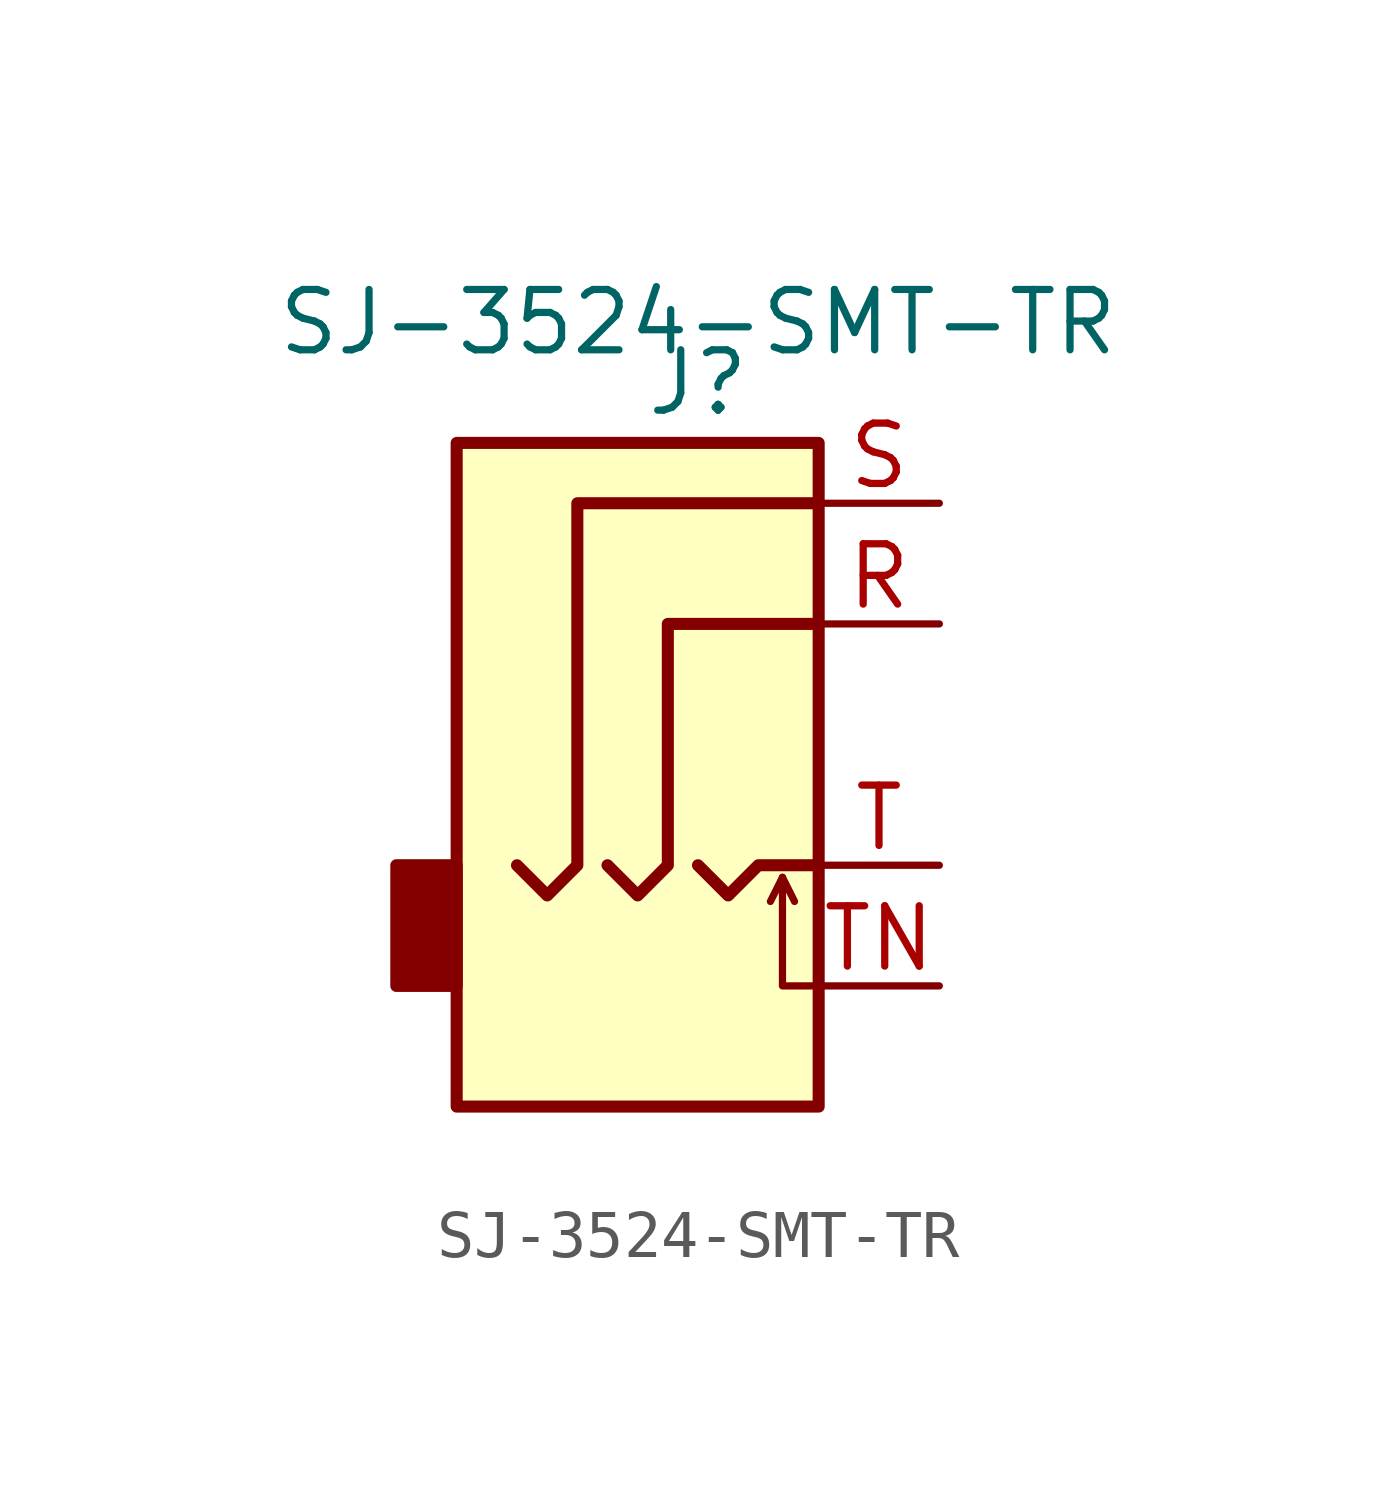
<source format=kicad_sym>
(kicad_symbol_lib
  (version 20211014)
  (generator kicad_symbol_editor)
  (symbol "SJ-3524-SMT-TR"
    (pin_names
      (offset 1.016))
    (property "Reference" "J"
      (at 0 7.62 0)
      (effects (font (size 1.27 1.27))))
    (property "Value" "SJ-3524-SMT-TR"
      (at 0 8.89 0)
      (effects (font (size 1.27 1.27))))
    (symbol "SJ-3524-SMT-TR_1_1"
      (rectangle (start -5.08 -2.54) (end -6.35 -5.08) (stroke (width 0.254) (type default) (color 0 0 0 0)) (fill (type outline)))
      (polyline (pts (xy 1.778 -2.794) (xy 2.032 -3.302)) (stroke (width 0) (type default) (color 0 0 0 0)) (fill (type none)))
      (polyline (pts (xy 0 -2.54) (xy 0.635 -3.175) (xy 1.27 -2.54) (xy 2.54 -2.54)) (stroke (width 0.254) (type default) (color 0 0 0 0)) (fill (type none)))
      (polyline (pts (xy 2.54 -5.08) (xy 1.778 -5.08) (xy 1.778 -2.794) (xy 1.524 -3.302)) (stroke (width 0) (type default) (color 0 0 0 0)) (fill (type none)))
      (polyline (pts (xy -1.905 -2.54) (xy -1.27 -3.175) (xy -0.635 -2.54) (xy -0.635 2.54) (xy 2.54 2.54)) (stroke (width 0.254) (type default) (color 0 0 0 0)) (fill (type none)))
      (polyline (pts (xy 2.54 5.08) (xy -2.54 5.08) (xy -2.54 -2.54) (xy -3.175 -3.175) (xy -3.81 -2.54)) (stroke (width 0.254) (type default) (color 0 0 0 0)) (fill (type none)))
      (rectangle (start 2.54 6.35) (end -5.08 -7.62) (stroke (width 0.254) (type default) (color 0 0 0 0)) (fill (type background)))
      (pin passive line (at 5.08 2.54 180) (length 2.54) (name "~" (effects (font (size 1.27 1.27)))) (number "R" (effects (font (size 1.27 1.27)))))
      (pin passive line (at 5.08 5.08 180) (length 2.54) (name "~" (effects (font (size 1.27 1.27)))) (number "S" (effects (font (size 1.27 1.27)))))
      (pin passive line (at 5.08 -2.54 180) (length 2.54) (name "~" (effects (font (size 1.27 1.27)))) (number "T" (effects (font (size 1.27 1.27)))))
      (pin passive line (at 5.08 -5.08 180) (length 2.54) (name "~" (effects (font (size 1.27 1.27)))) (number "TN" (effects (font (size 1.27 1.27))))))))
</source>
